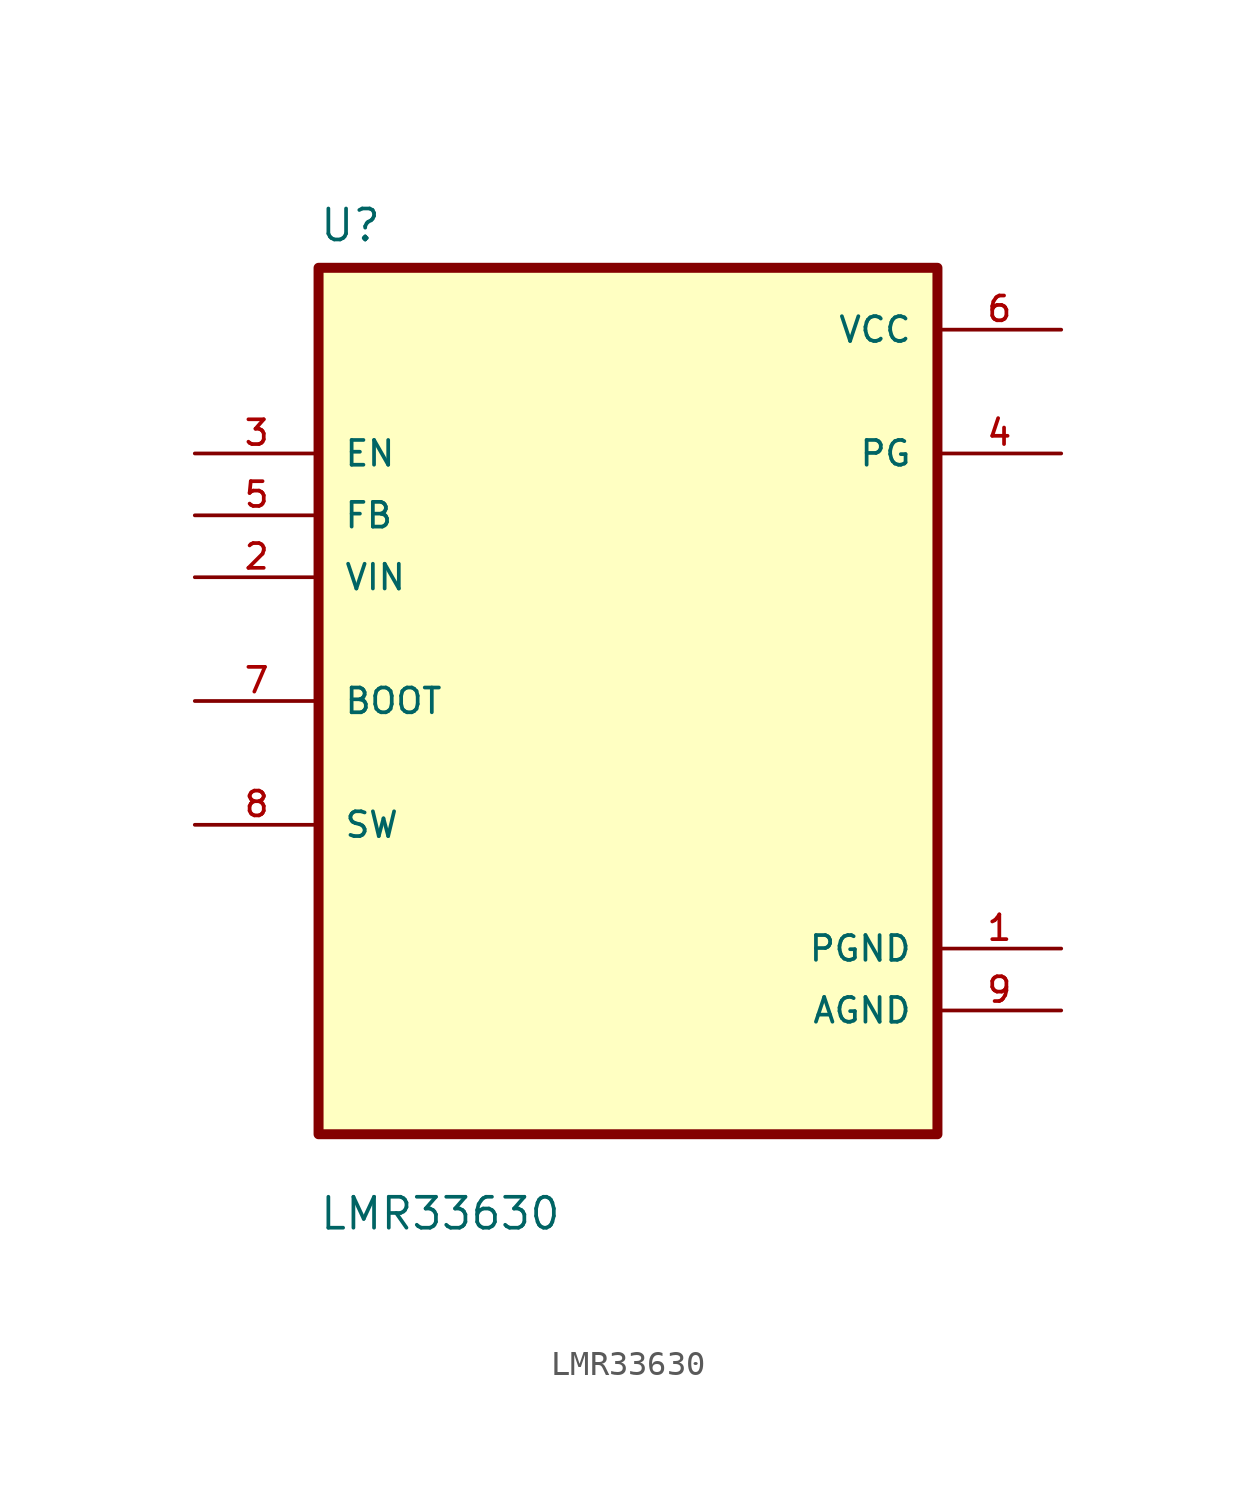
<source format=kicad_sym>
(kicad_symbol_lib
  (version 20220914)
  (generator kicad_db_lib)
  (symbol "LMR33630"
    (pin_names
      (offset 1.016))
    (property "Reference" "U"
      (at -12.7 18.78 0)
      (effects (font (size 1.27 1.27)) (justify left bottom)))
    (property "Value" "LMR33630"
      (at -12.7 -21.78 0)
      (effects (font (size 1.27 1.27)) (justify left bottom)))
    (symbol "LMR33630_0_0"
      (rectangle (start -12.7 -17.78) (end 12.7 17.78) (stroke (width 0.41) (type default)) (fill (type background)))
      (pin power_in line (at 17.78 -10.16 180) (length 5.08) (name "PGND" (effects (font (size 1.016 1.016)))) (number "1" (effects (font (size 1.016 1.016)))))
      (pin input line (at -17.78 5.08 0) (length 5.08) (name "VIN" (effects (font (size 1.016 1.016)))) (number "2" (effects (font (size 1.016 1.016)))))
      (pin input line (at -17.78 10.16 0) (length 5.08) (name "EN" (effects (font (size 1.016 1.016)))) (number "3" (effects (font (size 1.016 1.016)))))
      (pin output line (at 17.78 10.16 180) (length 5.08) (name "PG" (effects (font (size 1.016 1.016)))) (number "4" (effects (font (size 1.016 1.016)))))
      (pin input line (at -17.78 7.62 0) (length 5.08) (name "FB" (effects (font (size 1.016 1.016)))) (number "5" (effects (font (size 1.016 1.016)))))
      (pin power_in line (at 17.78 15.24 180) (length 5.08) (name "VCC" (effects (font (size 1.016 1.016)))) (number "6" (effects (font (size 1.016 1.016)))))
      (pin bidirectional line (at -17.78 0 0) (length 5.08) (name "BOOT" (effects (font (size 1.016 1.016)))) (number "7" (effects (font (size 1.016 1.016)))))
      (pin bidirectional line (at -17.78 -5.08 0) (length 5.08) (name "SW" (effects (font (size 1.016 1.016)))) (number "8" (effects (font (size 1.016 1.016)))))
      (pin power_in line (at 17.78 -12.7 180) (length 5.08) (name "AGND" (effects (font (size 1.016 1.016)))) (number "9" (effects (font (size 1.016 1.016))))))))
</source>
